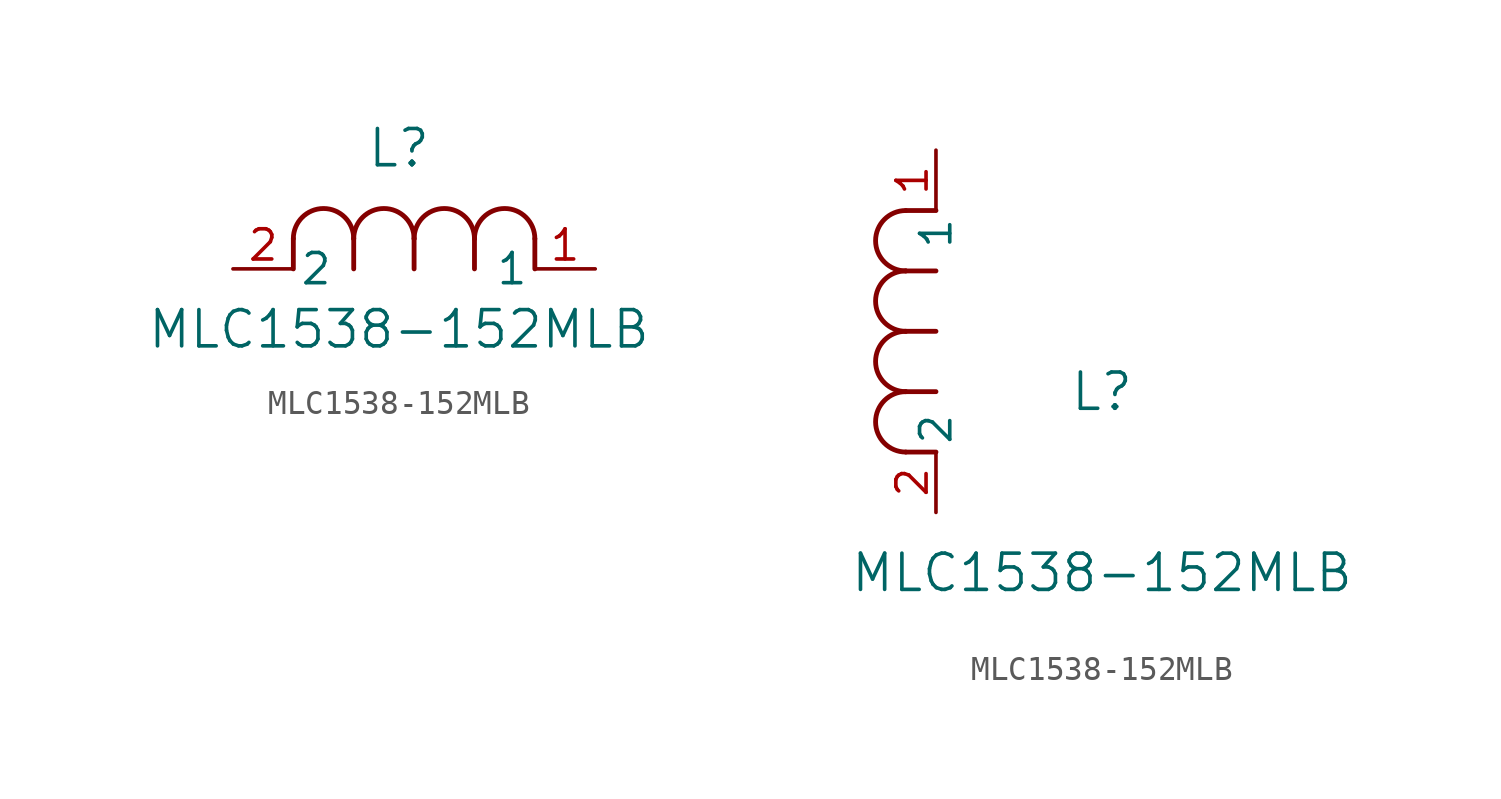
<source format=kicad_sym>
(kicad_symbol_lib
  (version 20211014)
  (generator kicad_symbol_editor)
  (symbol "MLC1538-152MLB"
    (pin_names
      (offset 0.254))
    (property "Reference" "L"
      (at 6.985 5.08 0)
      (effects (font (size 1.524 1.524))))
    (property "Value" "MLC1538-152MLB"
      (at 6.985 -2.54 0)
      (effects (font (size 1.524 1.524))))
    (symbol "MLC1538-152MLB_1_1"
      (arc (start 7.62 1.27) (mid 6.35 2.54) (end 5.08 1.27) (stroke (width 0.2032) (type default) (color 0 0 0 0)) (fill (type none)))
      (polyline (pts (xy 5.08 0) (xy 5.08 1.27)) (stroke (width 0.203) (type default) (color 0 0 0 0)) (fill (type none)))
      (polyline (pts (xy 7.62 0) (xy 7.62 1.27)) (stroke (width 0.203) (type default) (color 0 0 0 0)) (fill (type none)))
      (polyline (pts (xy 12.7 0) (xy 12.7 1.27)) (stroke (width 0.203) (type default) (color 0 0 0 0)) (fill (type none)))
      (arc (start 5.08 1.27) (mid 3.81 2.54) (end 2.54 1.27) (stroke (width 0.2032) (type default) (color 0 0 0 0)) (fill (type none)))
      (arc (start 10.16 1.27) (mid 8.89 2.54) (end 7.62 1.27) (stroke (width 0.2032) (type default) (color 0 0 0 0)) (fill (type none)))
      (arc (start 12.7 1.27) (mid 11.43 2.54) (end 10.16 1.27) (stroke (width 0.2032) (type default) (color 0 0 0 0)) (fill (type none)))
      (polyline (pts (xy 2.54 0) (xy 2.54 1.27)) (stroke (width 0.203) (type default) (color 0 0 0 0)) (fill (type none)))
      (polyline (pts (xy 10.16 0) (xy 10.16 1.27)) (stroke (width 0.203) (type default) (color 0 0 0 0)) (fill (type none)))
      (pin unspecified line (at 0 0 0) (length 2.54) (name "2" (effects (font (size 1.27 1.27)))) (number "2" (effects (font (size 1.27 1.27)))))
      (pin unspecified line (at 15.24 0 180) (length 2.54) (name "1" (effects (font (size 1.27 1.27)))) (number "1" (effects (font (size 1.27 1.27))))))
    (symbol "MLC1538-152MLB_1_2"
      (arc (start -1.27 7.62) (mid -2.54 6.35) (end -1.27 5.08) (stroke (width 0.2032) (type default) (color 0 0 0 0)) (fill (type none)))
      (arc (start -1.27 5.08) (mid -2.54 3.81) (end -1.27 2.54) (stroke (width 0.2032) (type default) (color 0 0 0 0)) (fill (type none)))
      (arc (start -1.27 12.7) (mid -2.54 11.43) (end -1.27 10.16) (stroke (width 0.2032) (type default) (color 0 0 0 0)) (fill (type none)))
      (arc (start -1.27 10.16) (mid -2.54 8.89) (end -1.27 7.62) (stroke (width 0.2032) (type default) (color 0 0 0 0)) (fill (type none)))
      (polyline (pts (xy 0 7.62) (xy -1.27 7.62)) (stroke (width 0.203) (type default) (color 0 0 0 0)) (fill (type none)))
      (polyline (pts (xy 0 5.08) (xy -1.27 5.08)) (stroke (width 0.203) (type default) (color 0 0 0 0)) (fill (type none)))
      (polyline (pts (xy 0 12.7) (xy -1.27 12.7)) (stroke (width 0.203) (type default) (color 0 0 0 0)) (fill (type none)))
      (polyline (pts (xy 0 2.54) (xy -1.27 2.54)) (stroke (width 0.203) (type default) (color 0 0 0 0)) (fill (type none)))
      (polyline (pts (xy 0 10.16) (xy -1.27 10.16)) (stroke (width 0.203) (type default) (color 0 0 0 0)) (fill (type none)))
      (pin unspecified line (at 0 0 90) (length 2.54) (name "2" (effects (font (size 1.27 1.27)))) (number "2" (effects (font (size 1.27 1.27)))))
      (pin unspecified line (at 0 15.24 270) (length 2.54) (name "1" (effects (font (size 1.27 1.27)))) (number "1" (effects (font (size 1.27 1.27))))))))
</source>
